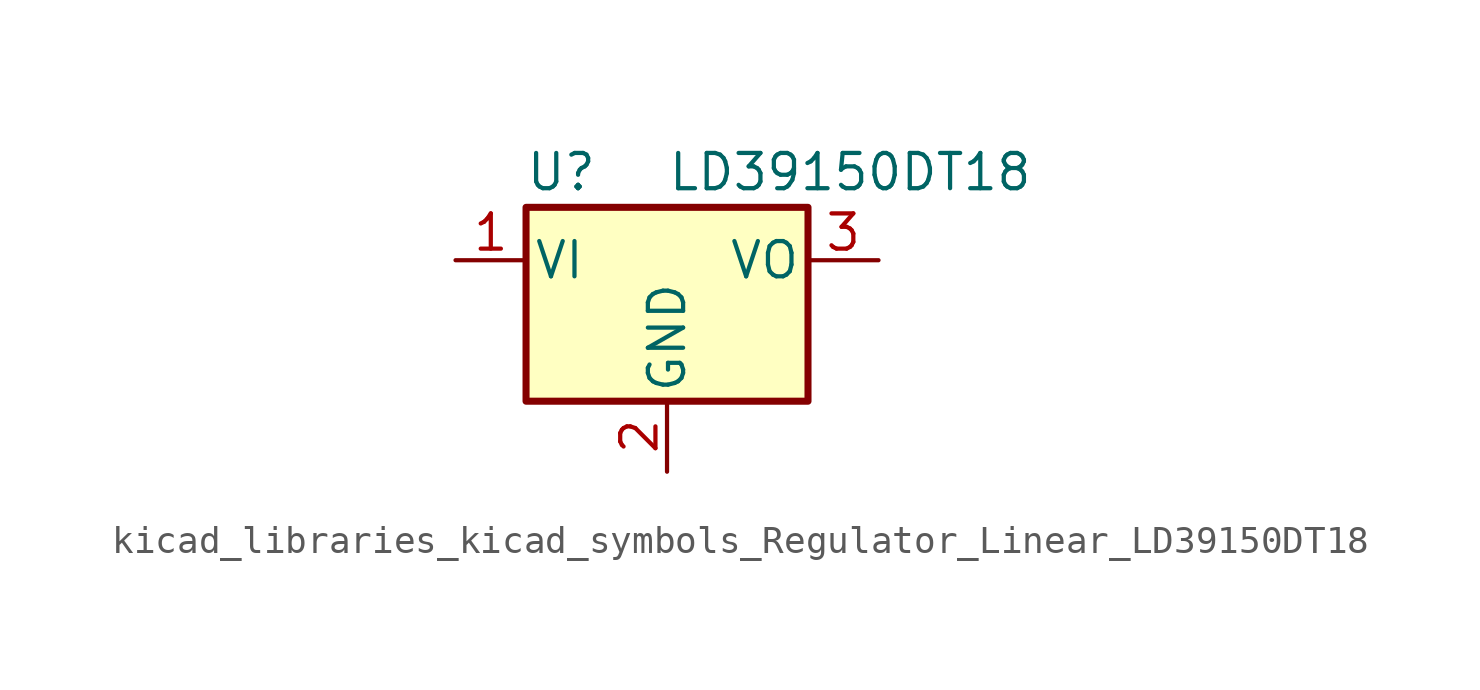
<source format=kicad_sym>
(kicad_symbol_lib
  (version 20220914)
  (generator kicad_symbol_editor)
  (symbol "kicad_libraries_kicad_symbols_Regulator_Linear_LD39150DT18"
    (pin_names
      (offset 0.254))
    (property "Reference" "U"
      (at -3.81 3.175 0)
      (effects (font (size 1.27 1.27))))
    (property "Value" "LD39150DT18"
      (at 0 3.175 0)
      (effects (font (size 1.27 1.27)) (justify left)))
    (symbol "kicad_libraries_kicad_symbols_Regulator_Linear_LD39150DT18_0_1"
      (rectangle (start -5.08 -5.08) (end 5.08 1.905) (stroke (width 0.254) (type default)) (fill (type background))))
    (symbol "kicad_libraries_kicad_symbols_Regulator_Linear_LD39150DT18_1_1"
      (pin power_in line (at -7.62 0 0) (length 2.54) (name "VI" (effects (font (size 1.27 1.27)))) (number "1" (effects (font (size 1.27 1.27)))))
      (pin power_in line (at 0 -7.62 90) (length 2.54) (name "GND" (effects (font (size 1.27 1.27)))) (number "2" (effects (font (size 1.27 1.27)))))
      (pin power_out line (at 7.62 0 180) (length 2.54) (name "VO" (effects (font (size 1.27 1.27)))) (number "3" (effects (font (size 1.27 1.27))))))))
</source>
